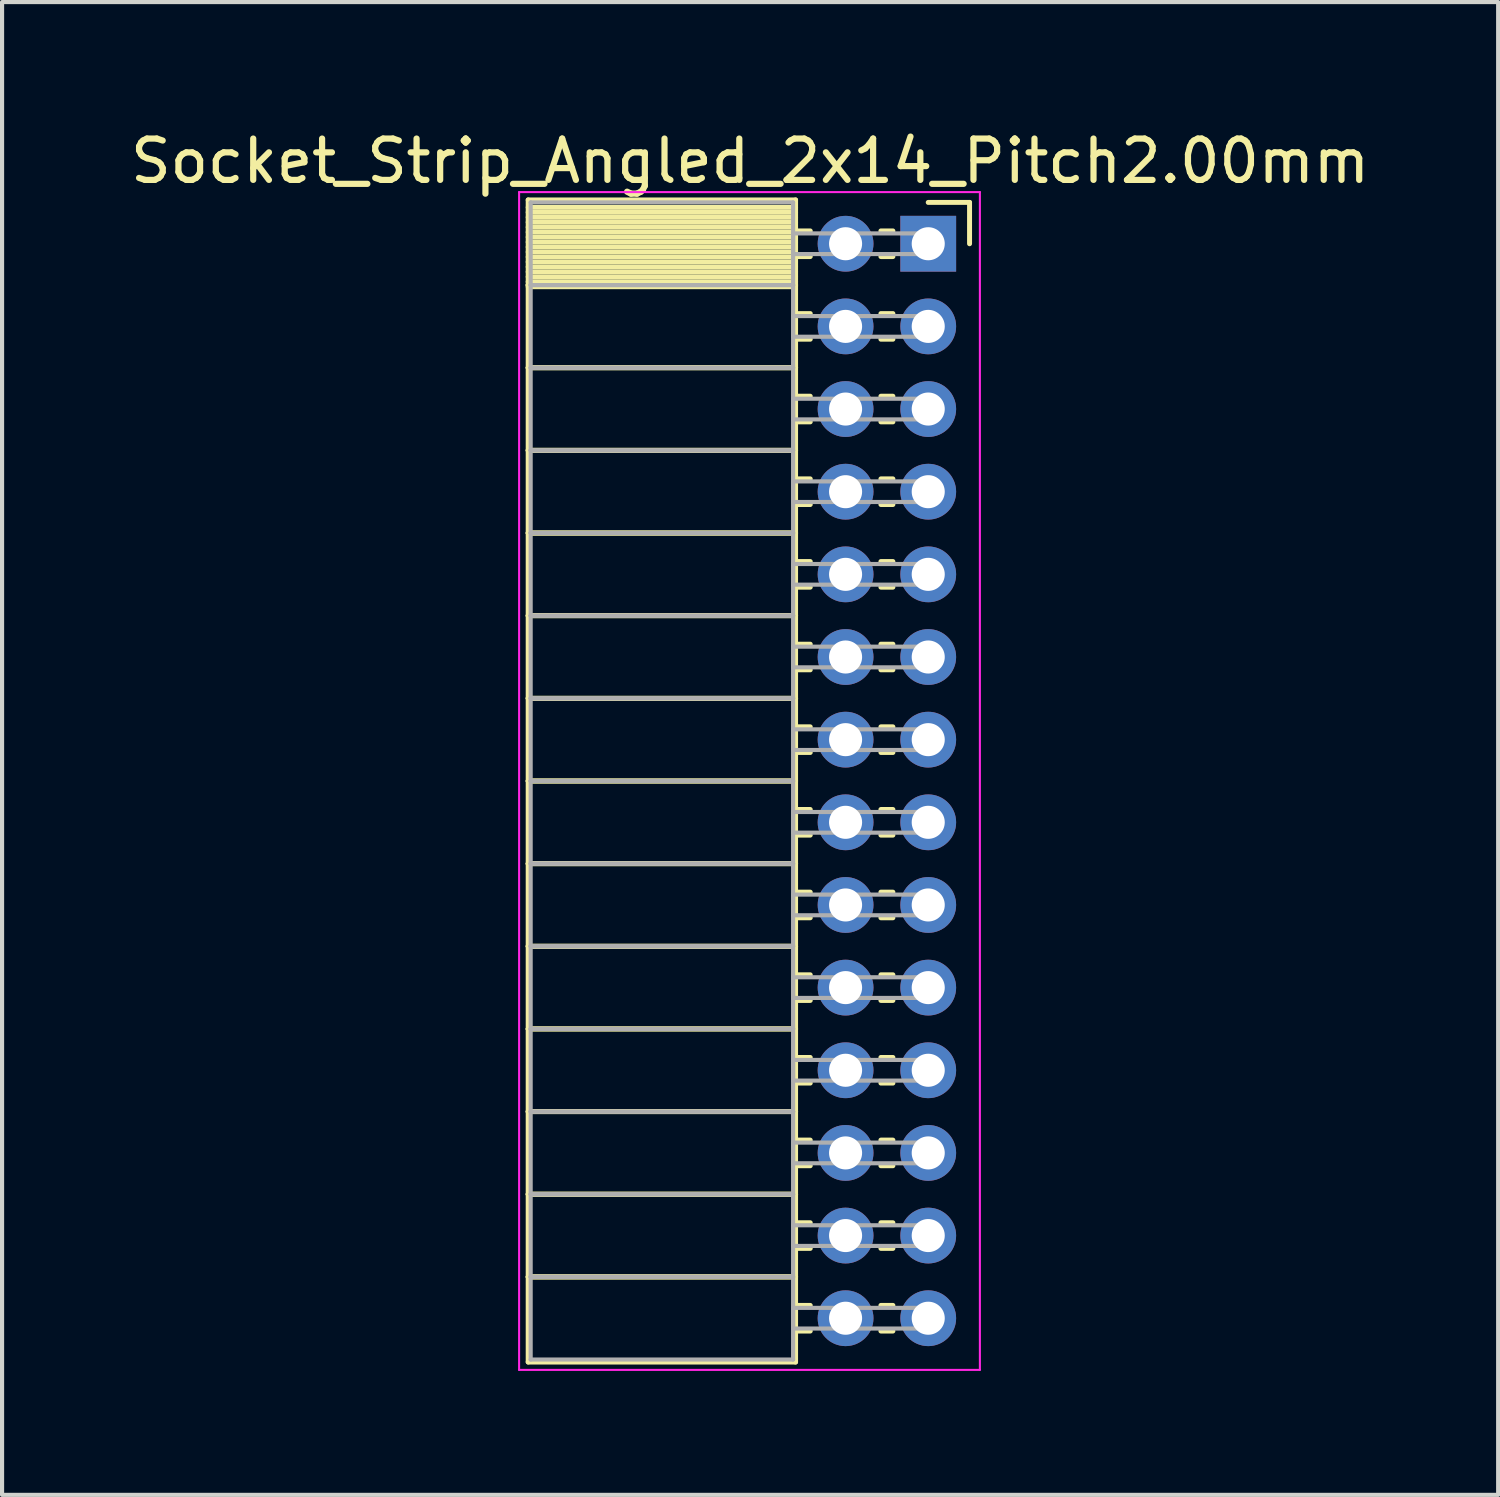
<source format=kicad_pcb>
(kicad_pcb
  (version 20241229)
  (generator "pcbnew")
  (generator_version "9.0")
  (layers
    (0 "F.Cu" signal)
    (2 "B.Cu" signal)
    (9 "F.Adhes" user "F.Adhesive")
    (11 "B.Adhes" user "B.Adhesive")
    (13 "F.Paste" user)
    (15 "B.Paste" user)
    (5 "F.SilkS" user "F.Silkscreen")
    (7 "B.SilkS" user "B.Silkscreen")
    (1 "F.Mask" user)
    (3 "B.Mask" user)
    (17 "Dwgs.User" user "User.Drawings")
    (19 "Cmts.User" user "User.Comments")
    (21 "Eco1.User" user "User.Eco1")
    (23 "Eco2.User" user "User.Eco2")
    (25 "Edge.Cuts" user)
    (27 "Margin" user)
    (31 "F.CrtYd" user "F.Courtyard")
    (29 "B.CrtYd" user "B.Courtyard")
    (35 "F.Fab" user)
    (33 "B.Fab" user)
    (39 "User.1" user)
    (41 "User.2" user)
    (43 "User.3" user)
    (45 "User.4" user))
  (footprint "Socket_Strip_Angled_2x14_Pitch2.00mm"
    (layer "F.Cu")
    (at 19.411 2.848)
    (property "Reference" "Socket_Strip_Angled_2x14_Pitch2.00mm" (at -4.31 -2 0) (layer "F.SilkS") (effects (font (size 1 1) (thickness 0.15))))
    (attr through_hole)
    (fp_line (start -9.68 -1.06) (end -3.21 -1.06) (stroke (width 0.12) (type solid)) (layer "F.SilkS"))
    (fp_line (start -9.68 1) (end -9.68 -1.06) (stroke (width 0.12) (type solid)) (layer "F.SilkS"))
    (fp_line (start -9.68 1) (end -3.21 1) (stroke (width 0.12) (type solid)) (layer "F.SilkS"))
    (fp_line (start -9.68 3) (end -9.68 1) (stroke (width 0.12) (type solid)) (layer "F.SilkS"))
    (fp_line (start -9.68 3) (end -3.21 3) (stroke (width 0.12) (type solid)) (layer "F.SilkS"))
    (fp_line (start -9.68 5) (end -9.68 3) (stroke (width 0.12) (type solid)) (layer "F.SilkS"))
    (fp_line (start -9.68 5) (end -3.21 5) (stroke (width 0.12) (type solid)) (layer "F.SilkS"))
    (fp_line (start -9.68 7) (end -9.68 5) (stroke (width 0.12) (type solid)) (layer "F.SilkS"))
    (fp_line (start -9.68 7) (end -3.21 7) (stroke (width 0.12) (type solid)) (layer "F.SilkS"))
    (fp_line (start -9.68 9) (end -9.68 7) (stroke (width 0.12) (type solid)) (layer "F.SilkS"))
    (fp_line (start -9.68 9) (end -3.21 9) (stroke (width 0.12) (type solid)) (layer "F.SilkS"))
    (fp_line (start -9.68 11) (end -9.68 9) (stroke (width 0.12) (type solid)) (layer "F.SilkS"))
    (fp_line (start -9.68 11) (end -3.21 11) (stroke (width 0.12) (type solid)) (layer "F.SilkS"))
    (fp_line (start -9.68 13) (end -9.68 11) (stroke (width 0.12) (type solid)) (layer "F.SilkS"))
    (fp_line (start -9.68 13) (end -3.21 13) (stroke (width 0.12) (type solid)) (layer "F.SilkS"))
    (fp_line (start -9.68 15) (end -9.68 13) (stroke (width 0.12) (type solid)) (layer "F.SilkS"))
    (fp_line (start -9.68 15) (end -3.21 15) (stroke (width 0.12) (type solid)) (layer "F.SilkS"))
    (fp_line (start -9.68 17) (end -9.68 15) (stroke (width 0.12) (type solid)) (layer "F.SilkS"))
    (fp_line (start -9.68 17) (end -3.21 17) (stroke (width 0.12) (type solid)) (layer "F.SilkS"))
    (fp_line (start -9.68 19) (end -9.68 17) (stroke (width 0.12) (type solid)) (layer "F.SilkS"))
    (fp_line (start -9.68 19) (end -3.21 19) (stroke (width 0.12) (type solid)) (layer "F.SilkS"))
    (fp_line (start -9.68 21) (end -9.68 19) (stroke (width 0.12) (type solid)) (layer "F.SilkS"))
    (fp_line (start -9.68 21) (end -3.21 21) (stroke (width 0.12) (type solid)) (layer "F.SilkS"))
    (fp_line (start -9.68 23) (end -9.68 21) (stroke (width 0.12) (type solid)) (layer "F.SilkS"))
    (fp_line (start -9.68 23) (end -3.21 23) (stroke (width 0.12) (type solid)) (layer "F.SilkS"))
    (fp_line (start -9.68 25) (end -9.68 23) (stroke (width 0.12) (type solid)) (layer "F.SilkS"))
    (fp_line (start -9.68 25) (end -3.21 25) (stroke (width 0.12) (type solid)) (layer "F.SilkS"))
    (fp_line (start -9.68 27.06) (end -9.68 25) (stroke (width 0.12) (type solid)) (layer "F.SilkS"))
    (fp_line (start -3.21 -1.06) (end -3.21 1) (stroke (width 0.12) (type solid)) (layer "F.SilkS"))
    (fp_line (start -3.21 -0.88) (end -9.68 -0.88) (stroke (width 0.12) (type solid)) (layer "F.SilkS"))
    (fp_line (start -3.21 -0.76) (end -9.68 -0.76) (stroke (width 0.12) (type solid)) (layer "F.SilkS"))
    (fp_line (start -3.21 -0.64) (end -9.68 -0.64) (stroke (width 0.12) (type solid)) (layer "F.SilkS"))
    (fp_line (start -3.21 -0.52) (end -9.68 -0.52) (stroke (width 0.12) (type solid)) (layer "F.SilkS"))
    (fp_line (start -3.21 -0.4) (end -9.68 -0.4) (stroke (width 0.12) (type solid)) (layer "F.SilkS"))
    (fp_line (start -3.21 -0.28) (end -9.68 -0.28) (stroke (width 0.12) (type solid)) (layer "F.SilkS"))
    (fp_line (start -3.21 -0.16) (end -9.68 -0.16) (stroke (width 0.12) (type solid)) (layer "F.SilkS"))
    (fp_line (start -3.21 -0.04) (end -9.68 -0.04) (stroke (width 0.12) (type solid)) (layer "F.SilkS"))
    (fp_line (start -3.21 0.08) (end -9.68 0.08) (stroke (width 0.12) (type solid)) (layer "F.SilkS"))
    (fp_line (start -3.21 0.2) (end -9.68 0.2) (stroke (width 0.12) (type solid)) (layer "F.SilkS"))
    (fp_line (start -3.21 0.32) (end -9.68 0.32) (stroke (width 0.12) (type solid)) (layer "F.SilkS"))
    (fp_line (start -3.21 0.44) (end -9.68 0.44) (stroke (width 0.12) (type solid)) (layer "F.SilkS"))
    (fp_line (start -3.21 0.56) (end -9.68 0.56) (stroke (width 0.12) (type solid)) (layer "F.SilkS"))
    (fp_line (start -3.21 0.68) (end -9.68 0.68) (stroke (width 0.12) (type solid)) (layer "F.SilkS"))
    (fp_line (start -3.21 0.8) (end -9.68 0.8) (stroke (width 0.12) (type solid)) (layer "F.SilkS"))
    (fp_line (start -3.21 0.92) (end -9.68 0.92) (stroke (width 0.12) (type solid)) (layer "F.SilkS"))
    (fp_line (start -3.21 1) (end -9.68 1) (stroke (width 0.12) (type solid)) (layer "F.SilkS"))
    (fp_line (start -3.21 1) (end -3.21 3) (stroke (width 0.12) (type solid)) (layer "F.SilkS"))
    (fp_line (start -3.21 1.04) (end -9.68 1.04) (stroke (width 0.12) (type solid)) (layer "F.SilkS"))
    (fp_line (start -3.21 3) (end -9.68 3) (stroke (width 0.12) (type solid)) (layer "F.SilkS"))
    (fp_line (start -3.21 3) (end -3.21 5) (stroke (width 0.12) (type solid)) (layer "F.SilkS"))
    (fp_line (start -3.21 5) (end -9.68 5) (stroke (width 0.12) (type solid)) (layer "F.SilkS"))
    (fp_line (start -3.21 5) (end -3.21 7) (stroke (width 0.12) (type solid)) (layer "F.SilkS"))
    (fp_line (start -3.21 7) (end -9.68 7) (stroke (width 0.12) (type solid)) (layer "F.SilkS"))
    (fp_line (start -3.21 7) (end -3.21 9) (stroke (width 0.12) (type solid)) (layer "F.SilkS"))
    (fp_line (start -3.21 9) (end -9.68 9) (stroke (width 0.12) (type solid)) (layer "F.SilkS"))
    (fp_line (start -3.21 9) (end -3.21 11) (stroke (width 0.12) (type solid)) (layer "F.SilkS"))
    (fp_line (start -3.21 11) (end -9.68 11) (stroke (width 0.12) (type solid)) (layer "F.SilkS"))
    (fp_line (start -3.21 11) (end -3.21 13) (stroke (width 0.12) (type solid)) (layer "F.SilkS"))
    (fp_line (start -3.21 13) (end -9.68 13) (stroke (width 0.12) (type solid)) (layer "F.SilkS"))
    (fp_line (start -3.21 13) (end -3.21 15) (stroke (width 0.12) (type solid)) (layer "F.SilkS"))
    (fp_line (start -3.21 15) (end -9.68 15) (stroke (width 0.12) (type solid)) (layer "F.SilkS"))
    (fp_line (start -3.21 15) (end -3.21 17) (stroke (width 0.12) (type solid)) (layer "F.SilkS"))
    (fp_line (start -3.21 17) (end -9.68 17) (stroke (width 0.12) (type solid)) (layer "F.SilkS"))
    (fp_line (start -3.21 17) (end -3.21 19) (stroke (width 0.12) (type solid)) (layer "F.SilkS"))
    (fp_line (start -3.21 19) (end -9.68 19) (stroke (width 0.12) (type solid)) (layer "F.SilkS"))
    (fp_line (start -3.21 19) (end -3.21 21) (stroke (width 0.12) (type solid)) (layer "F.SilkS"))
    (fp_line (start -3.21 21) (end -9.68 21) (stroke (width 0.12) (type solid)) (layer "F.SilkS"))
    (fp_line (start -3.21 21) (end -3.21 23) (stroke (width 0.12) (type solid)) (layer "F.SilkS"))
    (fp_line (start -3.21 23) (end -9.68 23) (stroke (width 0.12) (type solid)) (layer "F.SilkS"))
    (fp_line (start -3.21 23) (end -3.21 25) (stroke (width 0.12) (type solid)) (layer "F.SilkS"))
    (fp_line (start -3.21 25) (end -9.68 25) (stroke (width 0.12) (type solid)) (layer "F.SilkS"))
    (fp_line (start -3.21 25) (end -3.21 27.06) (stroke (width 0.12) (type solid)) (layer "F.SilkS"))
    (fp_line (start -3.21 27.06) (end -9.68 27.06) (stroke (width 0.12) (type solid)) (layer "F.SilkS"))
    (fp_line (start -2.855 -0.31) (end -3.21 -0.31) (stroke (width 0.12) (type solid)) (layer "F.SilkS"))
    (fp_line (start -2.855 0.31) (end -3.21 0.31) (stroke (width 0.12) (type solid)) (layer "F.SilkS"))
    (fp_line (start -2.855 1.69) (end -3.21 1.69) (stroke (width 0.12) (type solid)) (layer "F.SilkS"))
    (fp_line (start -2.855 2.31) (end -3.21 2.31) (stroke (width 0.12) (type solid)) (layer "F.SilkS"))
    (fp_line (start -2.855 3.69) (end -3.21 3.69) (stroke (width 0.12) (type solid)) (layer "F.SilkS"))
    (fp_line (start -2.855 4.31) (end -3.21 4.31) (stroke (width 0.12) (type solid)) (layer "F.SilkS"))
    (fp_line (start -2.855 5.69) (end -3.21 5.69) (stroke (width 0.12) (type solid)) (layer "F.SilkS"))
    (fp_line (start -2.855 6.31) (end -3.21 6.31) (stroke (width 0.12) (type solid)) (layer "F.SilkS"))
    (fp_line (start -2.855 7.69) (end -3.21 7.69) (stroke (width 0.12) (type solid)) (layer "F.SilkS"))
    (fp_line (start -2.855 8.31) (end -3.21 8.31) (stroke (width 0.12) (type solid)) (layer "F.SilkS"))
    (fp_line (start -2.855 9.69) (end -3.21 9.69) (stroke (width 0.12) (type solid)) (layer "F.SilkS"))
    (fp_line (start -2.855 10.31) (end -3.21 10.31) (stroke (width 0.12) (type solid)) (layer "F.SilkS"))
    (fp_line (start -2.855 11.69) (end -3.21 11.69) (stroke (width 0.12) (type solid)) (layer "F.SilkS"))
    (fp_line (start -2.855 12.31) (end -3.21 12.31) (stroke (width 0.12) (type solid)) (layer "F.SilkS"))
    (fp_line (start -2.855 13.69) (end -3.21 13.69) (stroke (width 0.12) (type solid)) (layer "F.SilkS"))
    (fp_line (start -2.855 14.31) (end -3.21 14.31) (stroke (width 0.12) (type solid)) (layer "F.SilkS"))
    (fp_line (start -2.855 15.69) (end -3.21 15.69) (stroke (width 0.12) (type solid)) (layer "F.SilkS"))
    (fp_line (start -2.855 16.31) (end -3.21 16.31) (stroke (width 0.12) (type solid)) (layer "F.SilkS"))
    (fp_line (start -2.855 17.69) (end -3.21 17.69) (stroke (width 0.12) (type solid)) (layer "F.SilkS"))
    (fp_line (start -2.855 18.31) (end -3.21 18.31) (stroke (width 0.12) (type solid)) (layer "F.SilkS"))
    (fp_line (start -2.855 19.69) (end -3.21 19.69) (stroke (width 0.12) (type solid)) (layer "F.SilkS"))
    (fp_line (start -2.855 20.31) (end -3.21 20.31) (stroke (width 0.12) (type solid)) (layer "F.SilkS"))
    (fp_line (start -2.855 21.69) (end -3.21 21.69) (stroke (width 0.12) (type solid)) (layer "F.SilkS"))
    (fp_line (start -2.855 22.31) (end -3.21 22.31) (stroke (width 0.12) (type solid)) (layer "F.SilkS"))
    (fp_line (start -2.855 23.69) (end -3.21 23.69) (stroke (width 0.12) (type solid)) (layer "F.SilkS"))
    (fp_line (start -2.855 24.31) (end -3.21 24.31) (stroke (width 0.12) (type solid)) (layer "F.SilkS"))
    (fp_line (start -2.855 25.69) (end -3.21 25.69) (stroke (width 0.12) (type solid)) (layer "F.SilkS"))
    (fp_line (start -2.855 26.31) (end -3.21 26.31) (stroke (width 0.12) (type solid)) (layer "F.SilkS"))
    (fp_line (start -0.855 -0.31) (end -1.145 -0.31) (stroke (width 0.12) (type solid)) (layer "F.SilkS"))
    (fp_line (start -0.855 0.31) (end -1.145 0.31) (stroke (width 0.12) (type solid)) (layer "F.SilkS"))
    (fp_line (start -0.855 1.69) (end -1.145 1.69) (stroke (width 0.12) (type solid)) (layer "F.SilkS"))
    (fp_line (start -0.855 2.31) (end -1.145 2.31) (stroke (width 0.12) (type solid)) (layer "F.SilkS"))
    (fp_line (start -0.855 3.69) (end -1.145 3.69) (stroke (width 0.12) (type solid)) (layer "F.SilkS"))
    (fp_line (start -0.855 4.31) (end -1.145 4.31) (stroke (width 0.12) (type solid)) (layer "F.SilkS"))
    (fp_line (start -0.855 5.69) (end -1.145 5.69) (stroke (width 0.12) (type solid)) (layer "F.SilkS"))
    (fp_line (start -0.855 6.31) (end -1.145 6.31) (stroke (width 0.12) (type solid)) (layer "F.SilkS"))
    (fp_line (start -0.855 7.69) (end -1.145 7.69) (stroke (width 0.12) (type solid)) (layer "F.SilkS"))
    (fp_line (start -0.855 8.31) (end -1.145 8.31) (stroke (width 0.12) (type solid)) (layer "F.SilkS"))
    (fp_line (start -0.855 9.69) (end -1.145 9.69) (stroke (width 0.12) (type solid)) (layer "F.SilkS"))
    (fp_line (start -0.855 10.31) (end -1.145 10.31) (stroke (width 0.12) (type solid)) (layer "F.SilkS"))
    (fp_line (start -0.855 11.69) (end -1.145 11.69) (stroke (width 0.12) (type solid)) (layer "F.SilkS"))
    (fp_line (start -0.855 12.31) (end -1.145 12.31) (stroke (width 0.12) (type solid)) (layer "F.SilkS"))
    (fp_line (start -0.855 13.69) (end -1.145 13.69) (stroke (width 0.12) (type solid)) (layer "F.SilkS"))
    (fp_line (start -0.855 14.31) (end -1.145 14.31) (stroke (width 0.12) (type solid)) (layer "F.SilkS"))
    (fp_line (start -0.855 15.69) (end -1.145 15.69) (stroke (width 0.12) (type solid)) (layer "F.SilkS"))
    (fp_line (start -0.855 16.31) (end -1.145 16.31) (stroke (width 0.12) (type solid)) (layer "F.SilkS"))
    (fp_line (start -0.855 17.69) (end -1.145 17.69) (stroke (width 0.12) (type solid)) (layer "F.SilkS"))
    (fp_line (start -0.855 18.31) (end -1.145 18.31) (stroke (width 0.12) (type solid)) (layer "F.SilkS"))
    (fp_line (start -0.855 19.69) (end -1.145 19.69) (stroke (width 0.12) (type solid)) (layer "F.SilkS"))
    (fp_line (start -0.855 20.31) (end -1.145 20.31) (stroke (width 0.12) (type solid)) (layer "F.SilkS"))
    (fp_line (start -0.855 21.69) (end -1.145 21.69) (stroke (width 0.12) (type solid)) (layer "F.SilkS"))
    (fp_line (start -0.855 22.31) (end -1.145 22.31) (stroke (width 0.12) (type solid)) (layer "F.SilkS"))
    (fp_line (start -0.855 23.69) (end -1.145 23.69) (stroke (width 0.12) (type solid)) (layer "F.SilkS"))
    (fp_line (start -0.855 24.31) (end -1.145 24.31) (stroke (width 0.12) (type solid)) (layer "F.SilkS"))
    (fp_line (start -0.855 25.69) (end -1.145 25.69) (stroke (width 0.12) (type solid)) (layer "F.SilkS"))
    (fp_line (start -0.855 26.31) (end -1.145 26.31) (stroke (width 0.12) (type solid)) (layer "F.SilkS"))
    (fp_line (start 0 -1) (end 1 -1) (stroke (width 0.12) (type solid)) (layer "F.SilkS"))
    (fp_line (start 1 -1) (end 1 0) (stroke (width 0.12) (type solid)) (layer "F.SilkS"))
    (fp_line (start -9.9 -1.25) (end 1.25 -1.25) (stroke (width 0.05) (type solid)) (layer "F.CrtYd"))
    (fp_line (start -9.9 27.25) (end -9.9 -1.25) (stroke (width 0.05) (type solid)) (layer "F.CrtYd"))
    (fp_line (start 1.25 -1.25) (end 1.25 27.25) (stroke (width 0.05) (type solid)) (layer "F.CrtYd"))
    (fp_line (start 1.25 27.25) (end -9.9 27.25) (stroke (width 0.05) (type solid)) (layer "F.CrtYd"))
    (fp_line (start -9.62 -1) (end -3.27 -1) (stroke (width 0.1) (type solid)) (layer "F.Fab"))
    (fp_line (start -9.62 1) (end -9.62 -1) (stroke (width 0.1) (type solid)) (layer "F.Fab"))
    (fp_line (start -9.62 1) (end -3.27 1) (stroke (width 0.1) (type solid)) (layer "F.Fab"))
    (fp_line (start -9.62 3) (end -9.62 1) (stroke (width 0.1) (type solid)) (layer "F.Fab"))
    (fp_line (start -9.62 3) (end -3.27 3) (stroke (width 0.1) (type solid)) (layer "F.Fab"))
    (fp_line (start -9.62 5) (end -9.62 3) (stroke (width 0.1) (type solid)) (layer "F.Fab"))
    (fp_line (start -9.62 5) (end -3.27 5) (stroke (width 0.1) (type solid)) (layer "F.Fab"))
    (fp_line (start -9.62 7) (end -9.62 5) (stroke (width 0.1) (type solid)) (layer "F.Fab"))
    (fp_line (start -9.62 7) (end -3.27 7) (stroke (width 0.1) (type solid)) (layer "F.Fab"))
    (fp_line (start -9.62 9) (end -9.62 7) (stroke (width 0.1) (type solid)) (layer "F.Fab"))
    (fp_line (start -9.62 9) (end -3.27 9) (stroke (width 0.1) (type solid)) (layer "F.Fab"))
    (fp_line (start -9.62 11) (end -9.62 9) (stroke (width 0.1) (type solid)) (layer "F.Fab"))
    (fp_line (start -9.62 11) (end -3.27 11) (stroke (width 0.1) (type solid)) (layer "F.Fab"))
    (fp_line (start -9.62 13) (end -9.62 11) (stroke (width 0.1) (type solid)) (layer "F.Fab"))
    (fp_line (start -9.62 13) (end -3.27 13) (stroke (width 0.1) (type solid)) (layer "F.Fab"))
    (fp_line (start -9.62 15) (end -9.62 13) (stroke (width 0.1) (type solid)) (layer "F.Fab"))
    (fp_line (start -9.62 15) (end -3.27 15) (stroke (width 0.1) (type solid)) (layer "F.Fab"))
    (fp_line (start -9.62 17) (end -9.62 15) (stroke (width 0.1) (type solid)) (layer "F.Fab"))
    (fp_line (start -9.62 17) (end -3.27 17) (stroke (width 0.1) (type solid)) (layer "F.Fab"))
    (fp_line (start -9.62 19) (end -9.62 17) (stroke (width 0.1) (type solid)) (layer "F.Fab"))
    (fp_line (start -9.62 19) (end -3.27 19) (stroke (width 0.1) (type solid)) (layer "F.Fab"))
    (fp_line (start -9.62 21) (end -9.62 19) (stroke (width 0.1) (type solid)) (layer "F.Fab"))
    (fp_line (start -9.62 21) (end -3.27 21) (stroke (width 0.1) (type solid)) (layer "F.Fab"))
    (fp_line (start -9.62 23) (end -9.62 21) (stroke (width 0.1) (type solid)) (layer "F.Fab"))
    (fp_line (start -9.62 23) (end -3.27 23) (stroke (width 0.1) (type solid)) (layer "F.Fab"))
    (fp_line (start -9.62 25) (end -9.62 23) (stroke (width 0.1) (type solid)) (layer "F.Fab"))
    (fp_line (start -9.62 25) (end -3.27 25) (stroke (width 0.1) (type solid)) (layer "F.Fab"))
    (fp_line (start -9.62 27) (end -9.62 25) (stroke (width 0.1) (type solid)) (layer "F.Fab"))
    (fp_line (start -3.27 -1) (end -3.27 1) (stroke (width 0.1) (type solid)) (layer "F.Fab"))
    (fp_line (start -3.27 -0.25) (end 0 -0.25) (stroke (width 0.1) (type solid)) (layer "F.Fab"))
    (fp_line (start -3.27 0.25) (end -3.27 -0.25) (stroke (width 0.1) (type solid)) (layer "F.Fab"))
    (fp_line (start -3.27 1) (end -9.62 1) (stroke (width 0.1) (type solid)) (layer "F.Fab"))
    (fp_line (start -3.27 1) (end -3.27 3) (stroke (width 0.1) (type solid)) (layer "F.Fab"))
    (fp_line (start -3.27 1.75) (end 0 1.75) (stroke (width 0.1) (type solid)) (layer "F.Fab"))
    (fp_line (start -3.27 2.25) (end -3.27 1.75) (stroke (width 0.1) (type solid)) (layer "F.Fab"))
    (fp_line (start -3.27 3) (end -9.62 3) (stroke (width 0.1) (type solid)) (layer "F.Fab"))
    (fp_line (start -3.27 3) (end -3.27 5) (stroke (width 0.1) (type solid)) (layer "F.Fab"))
    (fp_line (start -3.27 3.75) (end 0 3.75) (stroke (width 0.1) (type solid)) (layer "F.Fab"))
    (fp_line (start -3.27 4.25) (end -3.27 3.75) (stroke (width 0.1) (type solid)) (layer "F.Fab"))
    (fp_line (start -3.27 5) (end -9.62 5) (stroke (width 0.1) (type solid)) (layer "F.Fab"))
    (fp_line (start -3.27 5) (end -3.27 7) (stroke (width 0.1) (type solid)) (layer "F.Fab"))
    (fp_line (start -3.27 5.75) (end 0 5.75) (stroke (width 0.1) (type solid)) (layer "F.Fab"))
    (fp_line (start -3.27 6.25) (end -3.27 5.75) (stroke (width 0.1) (type solid)) (layer "F.Fab"))
    (fp_line (start -3.27 7) (end -9.62 7) (stroke (width 0.1) (type solid)) (layer "F.Fab"))
    (fp_line (start -3.27 7) (end -3.27 9) (stroke (width 0.1) (type solid)) (layer "F.Fab"))
    (fp_line (start -3.27 7.75) (end 0 7.75) (stroke (width 0.1) (type solid)) (layer "F.Fab"))
    (fp_line (start -3.27 8.25) (end -3.27 7.75) (stroke (width 0.1) (type solid)) (layer "F.Fab"))
    (fp_line (start -3.27 9) (end -9.62 9) (stroke (width 0.1) (type solid)) (layer "F.Fab"))
    (fp_line (start -3.27 9) (end -3.27 11) (stroke (width 0.1) (type solid)) (layer "F.Fab"))
    (fp_line (start -3.27 9.75) (end 0 9.75) (stroke (width 0.1) (type solid)) (layer "F.Fab"))
    (fp_line (start -3.27 10.25) (end -3.27 9.75) (stroke (width 0.1) (type solid)) (layer "F.Fab"))
    (fp_line (start -3.27 11) (end -9.62 11) (stroke (width 0.1) (type solid)) (layer "F.Fab"))
    (fp_line (start -3.27 11) (end -3.27 13) (stroke (width 0.1) (type solid)) (layer "F.Fab"))
    (fp_line (start -3.27 11.75) (end 0 11.75) (stroke (width 0.1) (type solid)) (layer "F.Fab"))
    (fp_line (start -3.27 12.25) (end -3.27 11.75) (stroke (width 0.1) (type solid)) (layer "F.Fab"))
    (fp_line (start -3.27 13) (end -9.62 13) (stroke (width 0.1) (type solid)) (layer "F.Fab"))
    (fp_line (start -3.27 13) (end -3.27 15) (stroke (width 0.1) (type solid)) (layer "F.Fab"))
    (fp_line (start -3.27 13.75) (end 0 13.75) (stroke (width 0.1) (type solid)) (layer "F.Fab"))
    (fp_line (start -3.27 14.25) (end -3.27 13.75) (stroke (width 0.1) (type solid)) (layer "F.Fab"))
    (fp_line (start -3.27 15) (end -9.62 15) (stroke (width 0.1) (type solid)) (layer "F.Fab"))
    (fp_line (start -3.27 15) (end -3.27 17) (stroke (width 0.1) (type solid)) (layer "F.Fab"))
    (fp_line (start -3.27 15.75) (end 0 15.75) (stroke (width 0.1) (type solid)) (layer "F.Fab"))
    (fp_line (start -3.27 16.25) (end -3.27 15.75) (stroke (width 0.1) (type solid)) (layer "F.Fab"))
    (fp_line (start -3.27 17) (end -9.62 17) (stroke (width 0.1) (type solid)) (layer "F.Fab"))
    (fp_line (start -3.27 17) (end -3.27 19) (stroke (width 0.1) (type solid)) (layer "F.Fab"))
    (fp_line (start -3.27 17.75) (end 0 17.75) (stroke (width 0.1) (type solid)) (layer "F.Fab"))
    (fp_line (start -3.27 18.25) (end -3.27 17.75) (stroke (width 0.1) (type solid)) (layer "F.Fab"))
    (fp_line (start -3.27 19) (end -9.62 19) (stroke (width 0.1) (type solid)) (layer "F.Fab"))
    (fp_line (start -3.27 19) (end -3.27 21) (stroke (width 0.1) (type solid)) (layer "F.Fab"))
    (fp_line (start -3.27 19.75) (end 0 19.75) (stroke (width 0.1) (type solid)) (layer "F.Fab"))
    (fp_line (start -3.27 20.25) (end -3.27 19.75) (stroke (width 0.1) (type solid)) (layer "F.Fab"))
    (fp_line (start -3.27 21) (end -9.62 21) (stroke (width 0.1) (type solid)) (layer "F.Fab"))
    (fp_line (start -3.27 21) (end -3.27 23) (stroke (width 0.1) (type solid)) (layer "F.Fab"))
    (fp_line (start -3.27 21.75) (end 0 21.75) (stroke (width 0.1) (type solid)) (layer "F.Fab"))
    (fp_line (start -3.27 22.25) (end -3.27 21.75) (stroke (width 0.1) (type solid)) (layer "F.Fab"))
    (fp_line (start -3.27 23) (end -9.62 23) (stroke (width 0.1) (type solid)) (layer "F.Fab"))
    (fp_line (start -3.27 23) (end -3.27 25) (stroke (width 0.1) (type solid)) (layer "F.Fab"))
    (fp_line (start -3.27 23.75) (end 0 23.75) (stroke (width 0.1) (type solid)) (layer "F.Fab"))
    (fp_line (start -3.27 24.25) (end -3.27 23.75) (stroke (width 0.1) (type solid)) (layer "F.Fab"))
    (fp_line (start -3.27 25) (end -9.62 25) (stroke (width 0.1) (type solid)) (layer "F.Fab"))
    (fp_line (start -3.27 25) (end -3.27 27) (stroke (width 0.1) (type solid)) (layer "F.Fab"))
    (fp_line (start -3.27 25.75) (end 0 25.75) (stroke (width 0.1) (type solid)) (layer "F.Fab"))
    (fp_line (start -3.27 26.25) (end -3.27 25.75) (stroke (width 0.1) (type solid)) (layer "F.Fab"))
    (fp_line (start -3.27 27) (end -9.62 27) (stroke (width 0.1) (type solid)) (layer "F.Fab"))
    (fp_line (start 0 -0.25) (end 0 0.25) (stroke (width 0.1) (type solid)) (layer "F.Fab"))
    (fp_line (start 0 0.25) (end -3.27 0.25) (stroke (width 0.1) (type solid)) (layer "F.Fab"))
    (fp_line (start 0 1.75) (end 0 2.25) (stroke (width 0.1) (type solid)) (layer "F.Fab"))
    (fp_line (start 0 2.25) (end -3.27 2.25) (stroke (width 0.1) (type solid)) (layer "F.Fab"))
    (fp_line (start 0 3.75) (end 0 4.25) (stroke (width 0.1) (type solid)) (layer "F.Fab"))
    (fp_line (start 0 4.25) (end -3.27 4.25) (stroke (width 0.1) (type solid)) (layer "F.Fab"))
    (fp_line (start 0 5.75) (end 0 6.25) (stroke (width 0.1) (type solid)) (layer "F.Fab"))
    (fp_line (start 0 6.25) (end -3.27 6.25) (stroke (width 0.1) (type solid)) (layer "F.Fab"))
    (fp_line (start 0 7.75) (end 0 8.25) (stroke (width 0.1) (type solid)) (layer "F.Fab"))
    (fp_line (start 0 8.25) (end -3.27 8.25) (stroke (width 0.1) (type solid)) (layer "F.Fab"))
    (fp_line (start 0 9.75) (end 0 10.25) (stroke (width 0.1) (type solid)) (layer "F.Fab"))
    (fp_line (start 0 10.25) (end -3.27 10.25) (stroke (width 0.1) (type solid)) (layer "F.Fab"))
    (fp_line (start 0 11.75) (end 0 12.25) (stroke (width 0.1) (type solid)) (layer "F.Fab"))
    (fp_line (start 0 12.25) (end -3.27 12.25) (stroke (width 0.1) (type solid)) (layer "F.Fab"))
    (fp_line (start 0 13.75) (end 0 14.25) (stroke (width 0.1) (type solid)) (layer "F.Fab"))
    (fp_line (start 0 14.25) (end -3.27 14.25) (stroke (width 0.1) (type solid)) (layer "F.Fab"))
    (fp_line (start 0 15.75) (end 0 16.25) (stroke (width 0.1) (type solid)) (layer "F.Fab"))
    (fp_line (start 0 16.25) (end -3.27 16.25) (stroke (width 0.1) (type solid)) (layer "F.Fab"))
    (fp_line (start 0 17.75) (end 0 18.25) (stroke (width 0.1) (type solid)) (layer "F.Fab"))
    (fp_line (start 0 18.25) (end -3.27 18.25) (stroke (width 0.1) (type solid)) (layer "F.Fab"))
    (fp_line (start 0 19.75) (end 0 20.25) (stroke (width 0.1) (type solid)) (layer "F.Fab"))
    (fp_line (start 0 20.25) (end -3.27 20.25) (stroke (width 0.1) (type solid)) (layer "F.Fab"))
    (fp_line (start 0 21.75) (end 0 22.25) (stroke (width 0.1) (type solid)) (layer "F.Fab"))
    (fp_line (start 0 22.25) (end -3.27 22.25) (stroke (width 0.1) (type solid)) (layer "F.Fab"))
    (fp_line (start 0 23.75) (end 0 24.25) (stroke (width 0.1) (type solid)) (layer "F.Fab"))
    (fp_line (start 0 24.25) (end -3.27 24.25) (stroke (width 0.1) (type solid)) (layer "F.Fab"))
    (fp_line (start 0 25.75) (end 0 26.25) (stroke (width 0.1) (type solid)) (layer "F.Fab"))
    (fp_line (start 0 26.25) (end -3.27 26.25) (stroke (width 0.1) (type solid)) (layer "F.Fab"))
    (pad "1" thru_hole rect (at 0 0) (size 1.35 1.35) (drill 0.8) (layers "*.Cu" "*.Mask"))
    (pad "2" thru_hole oval (at -2 0) (size 1.35 1.35) (drill 0.8) (layers "*.Cu" "*.Mask"))
    (pad "3" thru_hole oval (at 0 2) (size 1.35 1.35) (drill 0.8) (layers "*.Cu" "*.Mask"))
    (pad "4" thru_hole oval (at -2 2) (size 1.35 1.35) (drill 0.8) (layers "*.Cu" "*.Mask"))
    (pad "5" thru_hole oval (at 0 4) (size 1.35 1.35) (drill 0.8) (layers "*.Cu" "*.Mask"))
    (pad "6" thru_hole oval (at -2 4) (size 1.35 1.35) (drill 0.8) (layers "*.Cu" "*.Mask"))
    (pad "7" thru_hole oval (at 0 6) (size 1.35 1.35) (drill 0.8) (layers "*.Cu" "*.Mask"))
    (pad "8" thru_hole oval (at -2 6) (size 1.35 1.35) (drill 0.8) (layers "*.Cu" "*.Mask"))
    (pad "9" thru_hole oval (at 0 8) (size 1.35 1.35) (drill 0.8) (layers "*.Cu" "*.Mask"))
    (pad "10" thru_hole oval (at -2 8) (size 1.35 1.35) (drill 0.8) (layers "*.Cu" "*.Mask"))
    (pad "11" thru_hole oval (at 0 10) (size 1.35 1.35) (drill 0.8) (layers "*.Cu" "*.Mask"))
    (pad "12" thru_hole oval (at -2 10) (size 1.35 1.35) (drill 0.8) (layers "*.Cu" "*.Mask"))
    (pad "13" thru_hole oval (at 0 12) (size 1.35 1.35) (drill 0.8) (layers "*.Cu" "*.Mask"))
    (pad "14" thru_hole oval (at -2 12) (size 1.35 1.35) (drill 0.8) (layers "*.Cu" "*.Mask"))
    (pad "15" thru_hole oval (at 0 14) (size 1.35 1.35) (drill 0.8) (layers "*.Cu" "*.Mask"))
    (pad "16" thru_hole oval (at -2 14) (size 1.35 1.35) (drill 0.8) (layers "*.Cu" "*.Mask"))
    (pad "17" thru_hole oval (at 0 16) (size 1.35 1.35) (drill 0.8) (layers "*.Cu" "*.Mask"))
    (pad "18" thru_hole oval (at -2 16) (size 1.35 1.35) (drill 0.8) (layers "*.Cu" "*.Mask"))
    (pad "19" thru_hole oval (at 0 18) (size 1.35 1.35) (drill 0.8) (layers "*.Cu" "*.Mask"))
    (pad "20" thru_hole oval (at -2 18) (size 1.35 1.35) (drill 0.8) (layers "*.Cu" "*.Mask"))
    (pad "21" thru_hole oval (at 0 20) (size 1.35 1.35) (drill 0.8) (layers "*.Cu" "*.Mask"))
    (pad "22" thru_hole oval (at -2 20) (size 1.35 1.35) (drill 0.8) (layers "*.Cu" "*.Mask"))
    (pad "23" thru_hole oval (at 0 22) (size 1.35 1.35) (drill 0.8) (layers "*.Cu" "*.Mask"))
    (pad "24" thru_hole oval (at -2 22) (size 1.35 1.35) (drill 0.8) (layers "*.Cu" "*.Mask"))
    (pad "25" thru_hole oval (at 0 24) (size 1.35 1.35) (drill 0.8) (layers "*.Cu" "*.Mask"))
    (pad "26" thru_hole oval (at -2 24) (size 1.35 1.35) (drill 0.8) (layers "*.Cu" "*.Mask"))
    (pad "27" thru_hole oval (at 0 26) (size 1.35 1.35) (drill 0.8) (layers "*.Cu" "*.Mask"))
    (pad "28" thru_hole oval (at -2 26) (size 1.35 1.35) (drill 0.8) (layers "*.Cu" "*.Mask")))
  (gr_rect
    (start -3 -3)
    (end 33.202 33.123)
    (stroke (width 0.1) (type default))
    (fill no)
    (layer "Edge.Cuts")))
</source>
